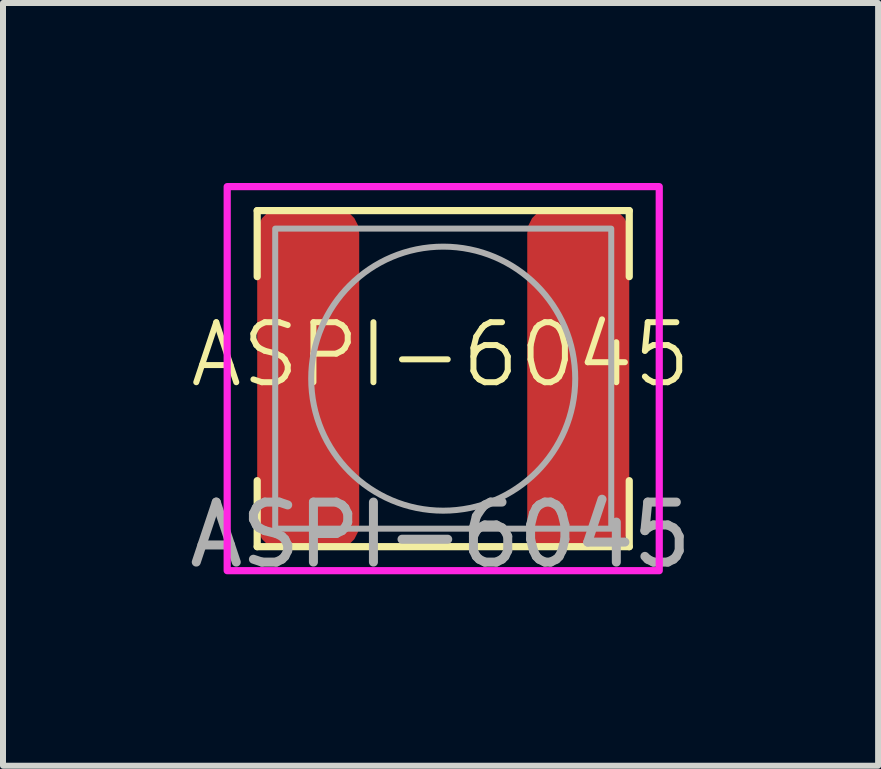
<source format=kicad_pcb>
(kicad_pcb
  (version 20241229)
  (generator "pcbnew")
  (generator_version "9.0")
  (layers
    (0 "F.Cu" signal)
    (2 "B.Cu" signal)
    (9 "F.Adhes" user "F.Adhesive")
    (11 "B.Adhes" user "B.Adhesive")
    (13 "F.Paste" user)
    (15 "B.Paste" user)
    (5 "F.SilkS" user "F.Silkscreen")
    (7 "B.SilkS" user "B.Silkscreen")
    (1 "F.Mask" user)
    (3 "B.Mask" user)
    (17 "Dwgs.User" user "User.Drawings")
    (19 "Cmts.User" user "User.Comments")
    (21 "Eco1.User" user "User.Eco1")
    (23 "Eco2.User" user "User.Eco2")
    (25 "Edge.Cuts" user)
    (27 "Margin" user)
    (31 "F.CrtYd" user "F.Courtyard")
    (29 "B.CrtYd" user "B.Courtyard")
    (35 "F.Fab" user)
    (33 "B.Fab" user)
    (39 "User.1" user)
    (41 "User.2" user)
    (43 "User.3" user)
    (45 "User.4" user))
  (footprint "ASPI-6045"
    (layer "F.Cu")
    (at 4.336 3.26)
    (property "Reference" "ASPI-6045" (at -0.044 -0.398 0) (unlocked yes) (layer "F.SilkS") (effects (font (size 1 1) (thickness 0.1))))
    (attr smd)
    (fp_line (start -3.1 -2.8) (end 3.1 -2.8) (stroke (width 0.12) (type default)) (layer "F.SilkS"))
    (fp_line (start -3.1 -1.7) (end -3.1 -2.8) (stroke (width 0.12) (type default)) (layer "F.SilkS"))
    (fp_line (start -3.1 1.7) (end -3.1 2.8) (stroke (width 0.12) (type default)) (layer "F.SilkS"))
    (fp_line (start -3.1 2.8) (end 3.1 2.8) (stroke (width 0.12) (type default)) (layer "F.SilkS"))
    (fp_line (start 3.1 -2.8) (end 3.1 -1.7) (stroke (width 0.12) (type default)) (layer "F.SilkS"))
    (fp_line (start 3.1 2.8) (end 3.1 1.7) (stroke (width 0.12) (type default)) (layer "F.SilkS"))
    (fp_rect (start -3.6 -3.2) (end 3.6 3.2) (stroke (width 0.12) (type default)) (fill no) (layer "F.CrtYd"))
    (fp_rect (start -2.8 -2.5) (end 2.8 2.5) (stroke (width 0.1) (type default)) (fill no) (layer "F.Fab"))
    (fp_circle (center 0 0) (end 2.2 0) (stroke (width 0.1) (type default)) (fill no) (layer "F.Fab"))
    (fp_text user "${REFERENCE}" (at -0.044 2.602 0) (unlocked yes) (layer "F.Fab") (effects (font (size 1 1) (thickness 0.15))))
    (pad "1" smd roundrect (at -2.25 0) (size 1.7 5.7) (layers "F.Cu" "F.Mask" "F.Paste") (roundrect_rratio 0.25))
    (pad "2" smd roundrect (at 2.25 0) (size 1.7 5.7) (layers "F.Cu" "F.Mask" "F.Paste") (roundrect_rratio 0.25)))
  (gr_rect
    (start -3 -3)
    (end 11.583 9.71)
    (stroke (width 0.1) (type default))
    (fill no)
    (layer "Edge.Cuts")))
</source>
